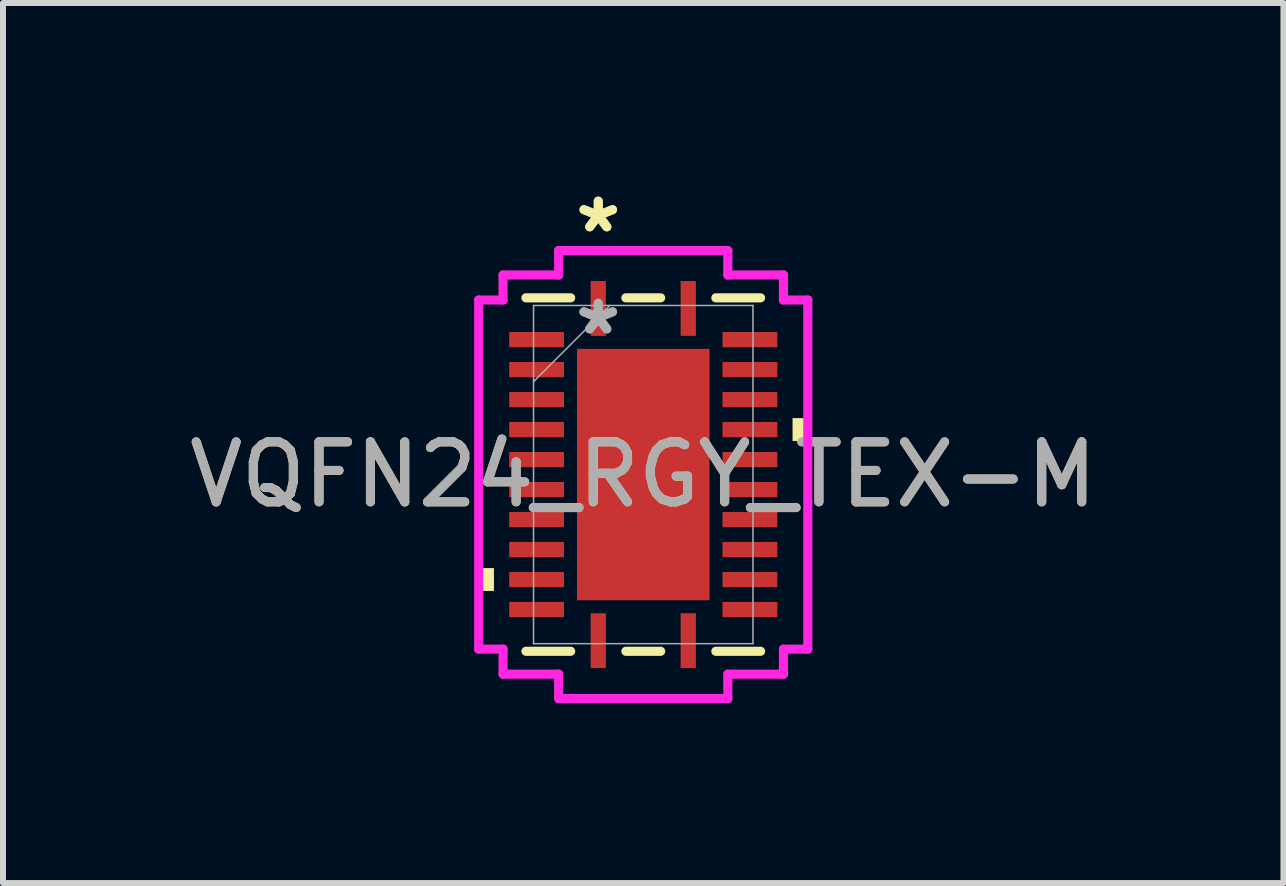
<source format=kicad_pcb>
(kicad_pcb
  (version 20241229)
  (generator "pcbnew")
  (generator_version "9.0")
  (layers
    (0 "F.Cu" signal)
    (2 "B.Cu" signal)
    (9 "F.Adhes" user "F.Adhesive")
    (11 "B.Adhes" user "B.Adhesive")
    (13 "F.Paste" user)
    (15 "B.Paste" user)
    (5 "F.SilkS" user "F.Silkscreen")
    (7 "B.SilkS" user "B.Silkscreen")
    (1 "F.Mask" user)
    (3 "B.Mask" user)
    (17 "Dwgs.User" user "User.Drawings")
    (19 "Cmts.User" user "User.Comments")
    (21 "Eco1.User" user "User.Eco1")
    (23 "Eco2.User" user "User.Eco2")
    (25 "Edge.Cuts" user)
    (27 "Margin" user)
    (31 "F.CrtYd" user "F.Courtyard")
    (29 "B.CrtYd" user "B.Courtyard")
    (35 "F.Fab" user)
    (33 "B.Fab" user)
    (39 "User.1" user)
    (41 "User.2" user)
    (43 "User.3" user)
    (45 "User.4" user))
  (footprint "VQFN24_RGY_TEX-M"
    (layer "F.Cu")
    (at 7.673 4.861)
    (property "Reference" "VQFN24_RGY_TEX-M" (at 0 0 0) (unlocked yes) (layer "F.SilkS") (effects (font (size 1 1) (thickness 0.15))))
    (attr smd)
    (fp_line (start -1.956 2.946) (end -1.21 2.946) (stroke (width 0.152) (type solid)) (layer "F.SilkS"))
    (fp_line (start -1.21 -2.946) (end -1.956 -2.946) (stroke (width 0.152) (type solid)) (layer "F.SilkS"))
    (fp_line (start -0.29 2.946) (end 0.29 2.946) (stroke (width 0.152) (type solid)) (layer "F.SilkS"))
    (fp_line (start 0.29 -2.946) (end -0.29 -2.946) (stroke (width 0.152) (type solid)) (layer "F.SilkS"))
    (fp_line (start 1.21 2.946) (end 1.956 2.946) (stroke (width 0.152) (type solid)) (layer "F.SilkS"))
    (fp_line (start 1.956 -2.946) (end 1.21 -2.946) (stroke (width 0.152) (type solid)) (layer "F.SilkS"))
    (fp_poly (pts (xy -2.743 1.559) (xy -2.743 1.94) (xy -2.489 1.94) (xy -2.489 1.559)) (stroke (width 0) (type solid)) (fill yes) (layer "F.SilkS"))
    (fp_poly (pts (xy 2.743 -0.941) (xy 2.743 -0.56) (xy 2.489 -0.56) (xy 2.489 -0.941)) (stroke (width 0) (type solid)) (fill yes) (layer "F.SilkS"))
    (fp_poly (pts (xy -1.005 -1.996) (xy -1.005 -0.798) (xy 1.005 -0.798) (xy 1.005 -1.996)) (stroke (width 0) (type solid)) (fill yes) (layer "F.Paste"))
    (fp_poly (pts (xy -1.005 -0.599) (xy -1.005 0.599) (xy 1.005 0.599) (xy 1.005 -0.599)) (stroke (width 0) (type solid)) (fill yes) (layer "F.Paste"))
    (fp_poly (pts (xy -1.005 0.798) (xy -1.005 1.996) (xy 1.005 1.996) (xy 1.005 0.798)) (stroke (width 0) (type solid)) (fill yes) (layer "F.Paste"))
    (fp_line (start -2.743 -2.91) (end -2.337 -2.91) (stroke (width 0.152) (type solid)) (layer "F.CrtYd"))
    (fp_line (start -2.743 2.91) (end -2.743 -2.91) (stroke (width 0.152) (type solid)) (layer "F.CrtYd"))
    (fp_line (start -2.337 -3.327) (end -1.41 -3.327) (stroke (width 0.152) (type solid)) (layer "F.CrtYd"))
    (fp_line (start -2.337 -2.91) (end -2.337 -3.327) (stroke (width 0.152) (type solid)) (layer "F.CrtYd"))
    (fp_line (start -2.337 2.91) (end -2.743 2.91) (stroke (width 0.152) (type solid)) (layer "F.CrtYd"))
    (fp_line (start -2.337 3.327) (end -2.337 2.91) (stroke (width 0.152) (type solid)) (layer "F.CrtYd"))
    (fp_line (start -2.337 3.327) (end -1.41 3.327) (stroke (width 0.152) (type solid)) (layer "F.CrtYd"))
    (fp_line (start -1.41 -3.734) (end 1.41 -3.734) (stroke (width 0.152) (type solid)) (layer "F.CrtYd"))
    (fp_line (start -1.41 -3.327) (end -1.41 -3.734) (stroke (width 0.152) (type solid)) (layer "F.CrtYd"))
    (fp_line (start -1.41 3.327) (end -1.41 3.734) (stroke (width 0.152) (type solid)) (layer "F.CrtYd"))
    (fp_line (start -1.41 3.734) (end 1.41 3.734) (stroke (width 0.152) (type solid)) (layer "F.CrtYd"))
    (fp_line (start 1.41 -3.734) (end 1.41 -3.327) (stroke (width 0.152) (type solid)) (layer "F.CrtYd"))
    (fp_line (start 1.41 -3.327) (end 2.337 -3.327) (stroke (width 0.152) (type solid)) (layer "F.CrtYd"))
    (fp_line (start 1.41 3.327) (end 2.337 3.327) (stroke (width 0.152) (type solid)) (layer "F.CrtYd"))
    (fp_line (start 1.41 3.734) (end 1.41 3.327) (stroke (width 0.152) (type solid)) (layer "F.CrtYd"))
    (fp_line (start 2.337 -2.91) (end 2.337 -3.327) (stroke (width 0.152) (type solid)) (layer "F.CrtYd"))
    (fp_line (start 2.337 2.91) (end 2.743 2.91) (stroke (width 0.152) (type solid)) (layer "F.CrtYd"))
    (fp_line (start 2.337 3.327) (end 2.337 2.91) (stroke (width 0.152) (type solid)) (layer "F.CrtYd"))
    (fp_line (start 2.743 -2.91) (end 2.337 -2.91) (stroke (width 0.152) (type solid)) (layer "F.CrtYd"))
    (fp_line (start 2.743 2.91) (end 2.743 -2.91) (stroke (width 0.152) (type solid)) (layer "F.CrtYd"))
    (fp_line (start -1.829 -2.819) (end -1.829 2.819) (stroke (width 0.025) (type solid)) (layer "F.Fab"))
    (fp_line (start -1.829 -1.549) (end -0.559 -2.819) (stroke (width 0.025) (type solid)) (layer "F.Fab"))
    (fp_line (start -1.829 2.819) (end 1.829 2.819) (stroke (width 0.025) (type solid)) (layer "F.Fab"))
    (fp_line (start 1.829 -2.819) (end -1.829 -2.819) (stroke (width 0.025) (type solid)) (layer "F.Fab"))
    (fp_line (start 1.829 2.819) (end 1.829 -2.819) (stroke (width 0.025) (type solid)) (layer "F.Fab"))
    (fp_text user "*" (at -0.75 -4.013 0) (unlocked yes) (layer "F.SilkS") (effects (font (size 1 1) (thickness 0.15))))
    (fp_text user "*" (at -0.75 -4.013 0) (layer "F.SilkS") (effects (font (size 1 1) (thickness 0.15))))
    (fp_text user "${REFERENCE}" (at 0 0 0) (unlocked yes) (layer "F.Fab") (effects (font (size 1 1) (thickness 0.15))))
    (fp_text user "*" (at -0.75 -2.311 0) (unlocked yes) (layer "F.Fab") (effects (font (size 1 1) (thickness 0.15))))
    (fp_text user "*" (at -0.75 -2.311 0) (layer "F.Fab") (effects (font (size 1 1) (thickness 0.15))))
    (pad "1" smd rect (at -0.75 -2.769) (size 0.254 0.914) (layers "F.Cu" "F.Mask" "F.Paste"))
    (pad "2" smd rect (at -1.778 -2.25 90) (size 0.254 0.914) (layers "F.Cu" "F.Mask" "F.Paste"))
    (pad "3" smd rect (at -1.778 -1.75 90) (size 0.254 0.914) (layers "F.Cu" "F.Mask" "F.Paste"))
    (pad "4" smd rect (at -1.778 -1.25 90) (size 0.254 0.914) (layers "F.Cu" "F.Mask" "F.Paste"))
    (pad "5" smd rect (at -1.778 -0.75 90) (size 0.254 0.914) (layers "F.Cu" "F.Mask" "F.Paste"))
    (pad "6" smd rect (at -1.778 -0.25 90) (size 0.254 0.914) (layers "F.Cu" "F.Mask" "F.Paste"))
    (pad "7" smd rect (at -1.778 0.25 90) (size 0.254 0.914) (layers "F.Cu" "F.Mask" "F.Paste"))
    (pad "8" smd rect (at -1.778 0.75 90) (size 0.254 0.914) (layers "F.Cu" "F.Mask" "F.Paste"))
    (pad "9" smd rect (at -1.778 1.25 90) (size 0.254 0.914) (layers "F.Cu" "F.Mask" "F.Paste"))
    (pad "10" smd rect (at -1.778 1.75 90) (size 0.254 0.914) (layers "F.Cu" "F.Mask" "F.Paste"))
    (pad "11" smd rect (at -1.778 2.25 90) (size 0.254 0.914) (layers "F.Cu" "F.Mask" "F.Paste"))
    (pad "12" smd rect (at -0.75 2.769) (size 0.254 0.914) (layers "F.Cu" "F.Mask" "F.Paste"))
    (pad "13" smd rect (at 0.75 2.769) (size 0.254 0.914) (layers "F.Cu" "F.Mask" "F.Paste"))
    (pad "14" smd rect (at 1.778 2.25 90) (size 0.254 0.914) (layers "F.Cu" "F.Mask" "F.Paste"))
    (pad "15" smd rect (at 1.778 1.75 90) (size 0.254 0.914) (layers "F.Cu" "F.Mask" "F.Paste"))
    (pad "16" smd rect (at 1.778 1.25 90) (size 0.254 0.914) (layers "F.Cu" "F.Mask" "F.Paste"))
    (pad "17" smd rect (at 1.778 0.75 90) (size 0.254 0.914) (layers "F.Cu" "F.Mask" "F.Paste"))
    (pad "18" smd rect (at 1.778 0.25 90) (size 0.254 0.914) (layers "F.Cu" "F.Mask" "F.Paste"))
    (pad "19" smd rect (at 1.778 -0.25 90) (size 0.254 0.914) (layers "F.Cu" "F.Mask" "F.Paste"))
    (pad "20" smd rect (at 1.778 -0.75 90) (size 0.254 0.914) (layers "F.Cu" "F.Mask" "F.Paste"))
    (pad "21" smd rect (at 1.778 -1.25 90) (size 0.254 0.914) (layers "F.Cu" "F.Mask" "F.Paste"))
    (pad "22" smd rect (at 1.778 -1.75 90) (size 0.254 0.914) (layers "F.Cu" "F.Mask" "F.Paste"))
    (pad "23" smd rect (at 1.778 -2.25 90) (size 0.254 0.914) (layers "F.Cu" "F.Mask" "F.Paste"))
    (pad "24" smd rect (at 0.75 -2.769) (size 0.254 0.914) (layers "F.Cu" "F.Mask" "F.Paste"))
    (pad "25" smd rect (at 0 0) (size 2.21 4.191) (layers "F.Cu" "F.Mask" "F.Paste")))
  (gr_rect
    (start -3 -3)
    (end 18.345 11.671)
    (stroke (width 0.1) (type default))
    (fill no)
    (layer "Edge.Cuts")))
</source>
